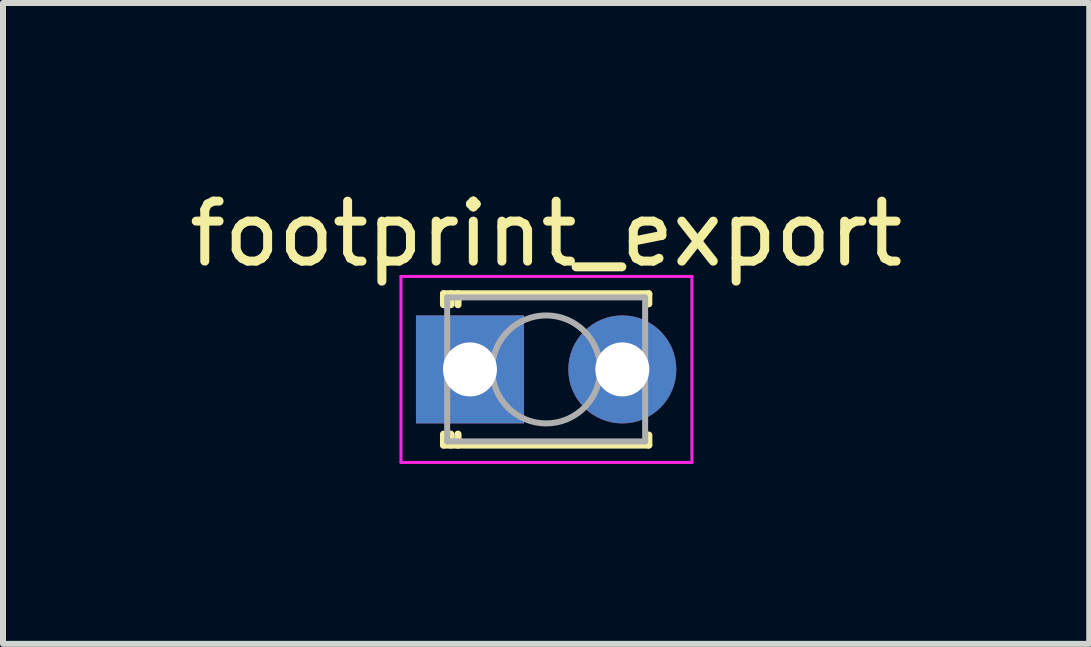
<source format=kicad_pcb>
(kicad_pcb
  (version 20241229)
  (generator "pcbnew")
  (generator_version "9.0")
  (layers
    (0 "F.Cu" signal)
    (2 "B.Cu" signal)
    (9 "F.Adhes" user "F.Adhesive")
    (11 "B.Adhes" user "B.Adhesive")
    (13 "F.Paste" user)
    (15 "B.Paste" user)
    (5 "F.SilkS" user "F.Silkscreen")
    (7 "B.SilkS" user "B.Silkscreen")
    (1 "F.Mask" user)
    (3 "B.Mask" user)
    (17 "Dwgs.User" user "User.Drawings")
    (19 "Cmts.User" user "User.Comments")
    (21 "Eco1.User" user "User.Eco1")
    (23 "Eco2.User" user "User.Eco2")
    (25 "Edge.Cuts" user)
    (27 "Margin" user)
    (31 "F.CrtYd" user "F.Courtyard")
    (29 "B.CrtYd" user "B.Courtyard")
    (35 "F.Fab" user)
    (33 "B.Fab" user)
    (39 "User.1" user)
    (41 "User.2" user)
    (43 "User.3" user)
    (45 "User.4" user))
  (footprint "footprint_export"
    (layer "F.Cu")
    (at 4.784 3.108)
    (property "Reference" "footprint_export" (at 1.27 -2.26 0) (layer "F.SilkS") (effects (font (size 1 1) (thickness 0.15))))
    (attr through_hole)
    (fp_line (start -0.44 -1.26) (end -0.44 -1.08) (stroke (width 0.12) (type solid)) (layer "F.SilkS"))
    (fp_line (start -0.44 -1.26) (end 2.98 -1.26) (stroke (width 0.12) (type solid)) (layer "F.SilkS"))
    (fp_line (start -0.44 1.08) (end -0.44 1.26) (stroke (width 0.12) (type solid)) (layer "F.SilkS"))
    (fp_line (start -0.44 1.26) (end 2.98 1.26) (stroke (width 0.12) (type solid)) (layer "F.SilkS"))
    (fp_line (start -0.32 -1.26) (end -0.32 -1.08) (stroke (width 0.12) (type solid)) (layer "F.SilkS"))
    (fp_line (start -0.32 1.08) (end -0.32 1.26) (stroke (width 0.12) (type solid)) (layer "F.SilkS"))
    (fp_line (start -0.2 -1.26) (end -0.2 -1.08) (stroke (width 0.12) (type solid)) (layer "F.SilkS"))
    (fp_line (start -0.2 1.08) (end -0.2 1.26) (stroke (width 0.12) (type solid)) (layer "F.SilkS"))
    (fp_line (start 2.98 -1.26) (end 2.98 -1.095) (stroke (width 0.12) (type solid)) (layer "F.SilkS"))
    (fp_line (start 2.98 1.095) (end 2.98 1.26) (stroke (width 0.12) (type solid)) (layer "F.SilkS"))
    (fp_line (start -1.15 -1.55) (end -1.15 1.55) (stroke (width 0.05) (type solid)) (layer "F.CrtYd"))
    (fp_line (start -1.15 1.55) (end 3.7 1.55) (stroke (width 0.05) (type solid)) (layer "F.CrtYd"))
    (fp_line (start 3.7 -1.55) (end -1.15 -1.55) (stroke (width 0.05) (type solid)) (layer "F.CrtYd"))
    (fp_line (start 3.7 1.55) (end 3.7 -1.55) (stroke (width 0.05) (type solid)) (layer "F.CrtYd"))
    (fp_line (start -0.38 -1.2) (end -0.38 1.2) (stroke (width 0.1) (type solid)) (layer "F.Fab"))
    (fp_line (start -0.38 1.2) (end 2.92 1.2) (stroke (width 0.1) (type solid)) (layer "F.Fab"))
    (fp_line (start 2.92 -1.2) (end -0.38 -1.2) (stroke (width 0.1) (type solid)) (layer "F.Fab"))
    (fp_line (start 2.92 1.2) (end 2.92 -1.2) (stroke (width 0.1) (type solid)) (layer "F.Fab"))
    (fp_circle (center 1.27 0) (end 2.17 0) (stroke (width 0.1) (type solid)) (fill no) (layer "F.Fab"))
    (pad "1" thru_hole rect (at 0 0) (size 1.8 1.8) (drill 0.9) (layers "*.Cu" "*.Mask"))
    (pad "2" thru_hole circle (at 2.54 0) (size 1.8 1.8) (drill 0.9) (layers "*.Cu" "*.Mask")))
  (gr_rect
    (start -3 -3)
    (end 15.107 7.683)
    (stroke (width 0.1) (type default))
    (fill no)
    (layer "Edge.Cuts")))
</source>
